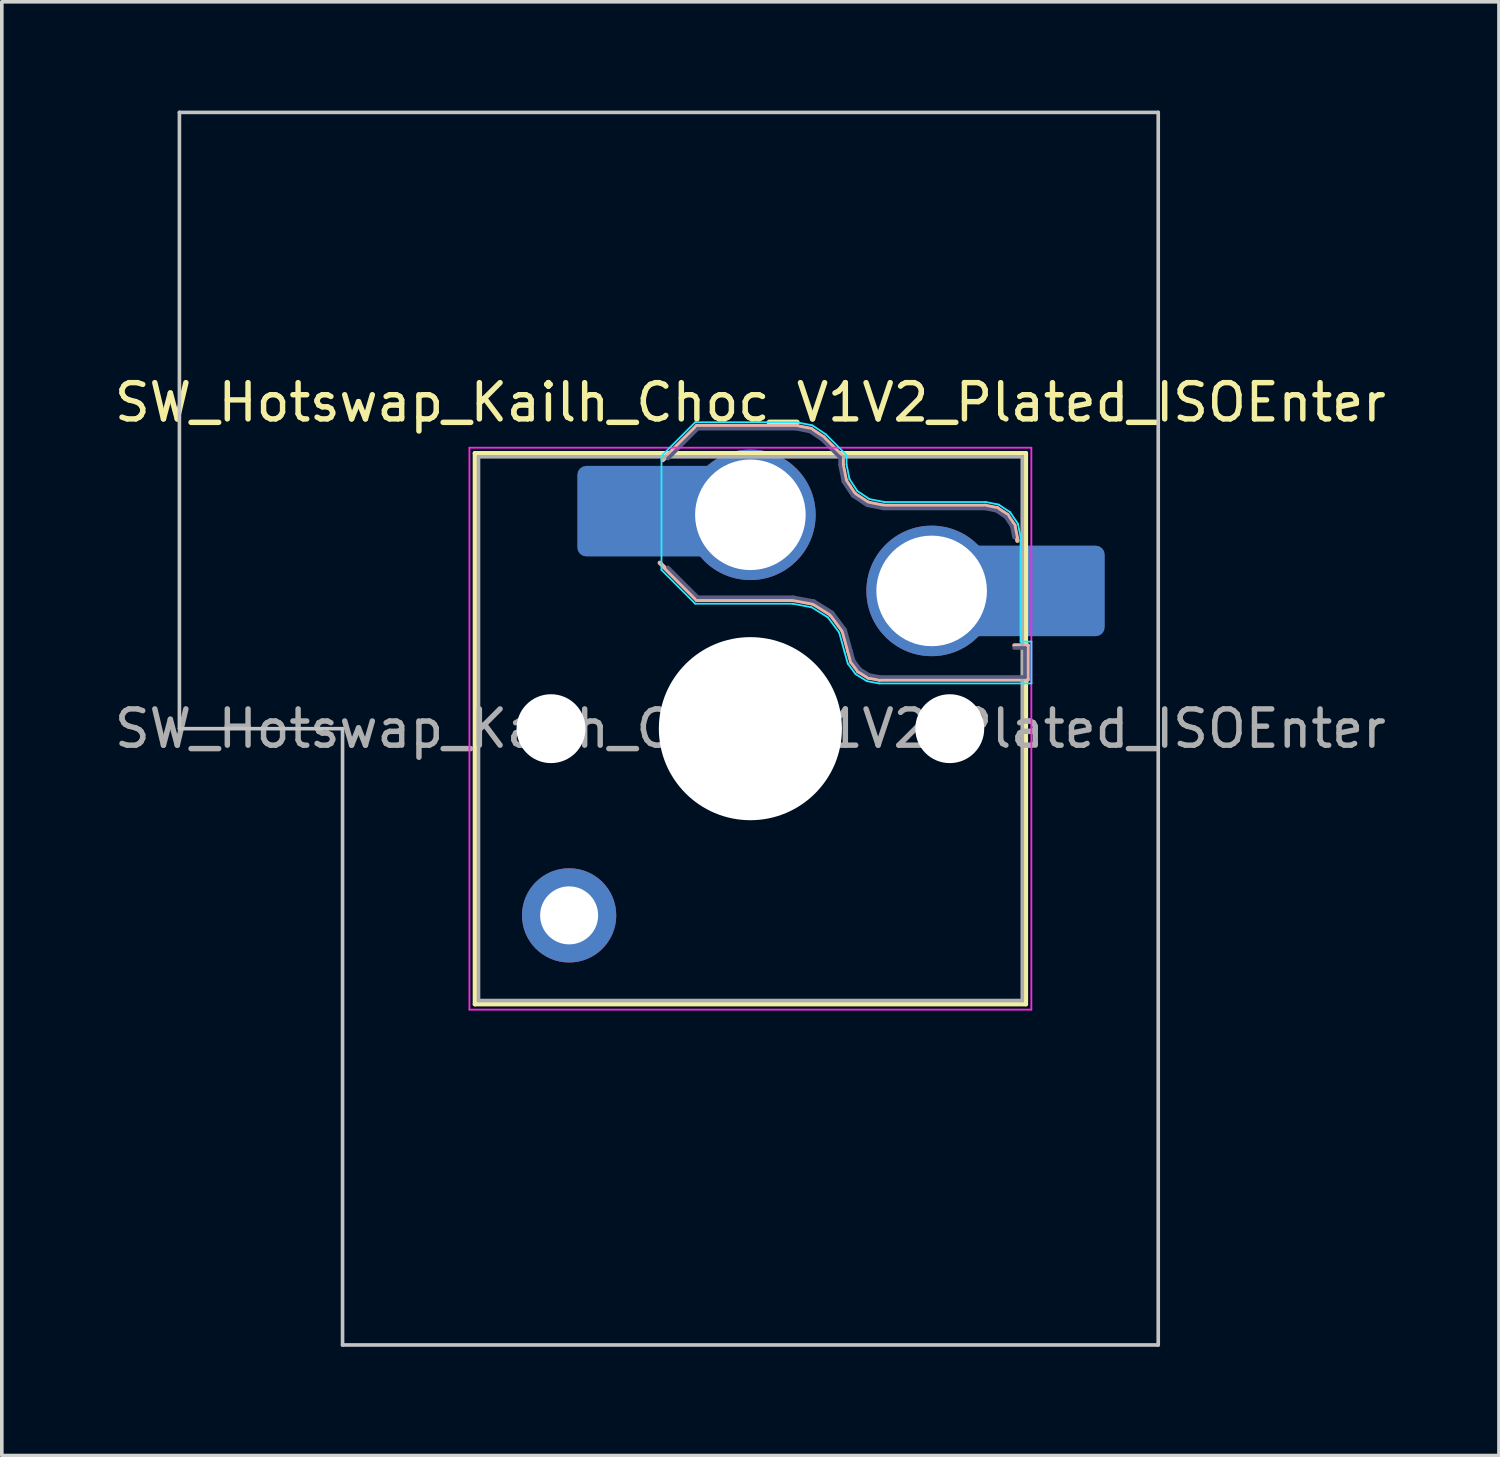
<source format=kicad_pcb>
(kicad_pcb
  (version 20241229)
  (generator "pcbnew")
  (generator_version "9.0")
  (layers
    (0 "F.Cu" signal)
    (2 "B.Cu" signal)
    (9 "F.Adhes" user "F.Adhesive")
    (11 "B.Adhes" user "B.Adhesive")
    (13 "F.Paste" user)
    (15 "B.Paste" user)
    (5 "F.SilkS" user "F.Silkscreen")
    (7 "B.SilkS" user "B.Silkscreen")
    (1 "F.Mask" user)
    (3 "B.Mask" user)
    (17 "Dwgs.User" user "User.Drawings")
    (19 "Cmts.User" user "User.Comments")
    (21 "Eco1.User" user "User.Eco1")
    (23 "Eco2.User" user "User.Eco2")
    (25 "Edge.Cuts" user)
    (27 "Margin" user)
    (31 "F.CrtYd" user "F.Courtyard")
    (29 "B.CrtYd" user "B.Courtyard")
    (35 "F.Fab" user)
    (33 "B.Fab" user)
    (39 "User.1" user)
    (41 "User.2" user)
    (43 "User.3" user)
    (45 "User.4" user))
  (footprint "SW_Hotswap_Kailh_Choc_V1V2_Plated_ISOEnter"
    (layer "F.Cu")
    (at 17.649 17.05)
    (property "Reference" "SW_Hotswap_Kailh_Choc_V1V2_Plated_ISOEnter" (at 0 -9 0) (layer "F.SilkS") (effects (font (size 1 1) (thickness 0.15))))
    (attr smd)
    (fp_line (start -7.6 -7.6) (end -7.6 7.6) (stroke (width 0.12) (type solid)) (layer "F.SilkS"))
    (fp_line (start -7.6 7.6) (end 7.6 7.6) (stroke (width 0.12) (type solid)) (layer "F.SilkS"))
    (fp_line (start 7.6 -7.6) (end -7.6 -7.6) (stroke (width 0.12) (type solid)) (layer "F.SilkS"))
    (fp_line (start 7.6 7.6) (end 7.6 -7.6) (stroke (width 0.12) (type solid)) (layer "F.SilkS"))
    (fp_line (start -2.416 -7.409) (end -1.479 -8.346) (stroke (width 0.12) (type solid)) (layer "B.SilkS"))
    (fp_line (start -1.479 -8.346) (end 1.268 -8.346) (stroke (width 0.12) (type solid)) (layer "B.SilkS"))
    (fp_line (start -1.479 -3.554) (end -2.5 -4.575) (stroke (width 0.12) (type solid)) (layer "B.SilkS"))
    (fp_line (start 1.168 -3.554) (end -1.479 -3.554) (stroke (width 0.12) (type solid)) (layer "B.SilkS"))
    (fp_line (start 1.268 -8.346) (end 1.671 -8.266) (stroke (width 0.12) (type solid)) (layer "B.SilkS"))
    (fp_line (start 1.671 -8.266) (end 2.013 -8.037) (stroke (width 0.12) (type solid)) (layer "B.SilkS"))
    (fp_line (start 1.73 -3.449) (end 1.168 -3.554) (stroke (width 0.12) (type solid)) (layer "B.SilkS"))
    (fp_line (start 2.013 -8.037) (end 2.546 -7.504) (stroke (width 0.12) (type solid)) (layer "B.SilkS"))
    (fp_line (start 2.209 -3.15) (end 1.73 -3.449) (stroke (width 0.12) (type solid)) (layer "B.SilkS"))
    (fp_line (start 2.546 -7.504) (end 2.546 -7.282) (stroke (width 0.12) (type solid)) (layer "B.SilkS"))
    (fp_line (start 2.546 -7.282) (end 2.633 -6.844) (stroke (width 0.12) (type solid)) (layer "B.SilkS"))
    (fp_line (start 2.547 -2.697) (end 2.209 -3.15) (stroke (width 0.12) (type solid)) (layer "B.SilkS"))
    (fp_line (start 2.633 -6.844) (end 2.877 -6.477) (stroke (width 0.12) (type solid)) (layer "B.SilkS"))
    (fp_line (start 2.701 -2.139) (end 2.547 -2.697) (stroke (width 0.12) (type solid)) (layer "B.SilkS"))
    (fp_line (start 2.783 -1.841) (end 2.701 -2.139) (stroke (width 0.12) (type solid)) (layer "B.SilkS"))
    (fp_line (start 2.877 -6.477) (end 3.244 -6.233) (stroke (width 0.12) (type solid)) (layer "B.SilkS"))
    (fp_line (start 2.976 -1.583) (end 2.783 -1.841) (stroke (width 0.12) (type solid)) (layer "B.SilkS"))
    (fp_line (start 3.244 -6.233) (end 3.682 -6.146) (stroke (width 0.12) (type solid)) (layer "B.SilkS"))
    (fp_line (start 3.25 -1.413) (end 2.976 -1.583) (stroke (width 0.12) (type solid)) (layer "B.SilkS"))
    (fp_line (start 3.56 -1.354) (end 3.25 -1.413) (stroke (width 0.12) (type solid)) (layer "B.SilkS"))
    (fp_line (start 3.682 -6.146) (end 6.482 -6.146) (stroke (width 0.12) (type solid)) (layer "B.SilkS"))
    (fp_line (start 6.482 -6.146) (end 6.809 -6.081) (stroke (width 0.12) (type solid)) (layer "B.SilkS"))
    (fp_line (start 6.809 -6.081) (end 7.092 -5.892) (stroke (width 0.12) (type solid)) (layer "B.SilkS"))
    (fp_line (start 7.092 -5.892) (end 7.281 -5.609) (stroke (width 0.12) (type solid)) (layer "B.SilkS"))
    (fp_line (start 7.281 -5.609) (end 7.366 -5.182) (stroke (width 0.12) (type solid)) (layer "B.SilkS"))
    (fp_line (start 7.283 -2.296) (end 7.646 -2.296) (stroke (width 0.12) (type solid)) (layer "B.SilkS"))
    (fp_line (start 7.646 -2.296) (end 7.646 -1.354) (stroke (width 0.12) (type solid)) (layer "B.SilkS"))
    (fp_line (start 7.646 -1.354) (end 3.56 -1.354) (stroke (width 0.12) (type solid)) (layer "B.SilkS"))
    (fp_line (start -15.75 -17) (end -15.75 0) (stroke (width 0.1) (type solid)) (layer "Dwgs.User"))
    (fp_line (start -15.75 0) (end -11.25 0) (stroke (width 0.1) (type solid)) (layer "Dwgs.User"))
    (fp_line (start -11.25 0) (end -11.25 17) (stroke (width 0.1) (type solid)) (layer "Dwgs.User"))
    (fp_line (start -11.25 17) (end 11.25 17) (stroke (width 0.1) (type solid)) (layer "Dwgs.User"))
    (fp_line (start 11.25 -17) (end -15.75 -17) (stroke (width 0.1) (type solid)) (layer "Dwgs.User"))
    (fp_line (start 11.25 17) (end 11.25 -17) (stroke (width 0.1) (type solid)) (layer "Dwgs.User"))
    (fp_line (start -7.25 -7.25) (end -7.25 7.25) (stroke (width 0.1) (type solid)) (layer "Eco1.User"))
    (fp_line (start -7.25 7.25) (end 7.25 7.25) (stroke (width 0.1) (type solid)) (layer "Eco1.User"))
    (fp_line (start 7.25 -7.25) (end -7.25 -7.25) (stroke (width 0.1) (type solid)) (layer "Eco1.User"))
    (fp_line (start 7.25 7.25) (end 7.25 -7.25) (stroke (width 0.1) (type solid)) (layer "Eco1.User"))
    (fp_line (start -2.452 -7.523) (end -1.523 -8.452) (stroke (width 0.05) (type solid)) (layer "B.CrtYd"))
    (fp_line (start -2.452 -4.377) (end -2.452 -7.523) (stroke (width 0.05) (type solid)) (layer "B.CrtYd"))
    (fp_line (start -1.523 -8.452) (end 1.278 -8.452) (stroke (width 0.05) (type solid)) (layer "B.CrtYd"))
    (fp_line (start -1.523 -3.448) (end -2.452 -4.377) (stroke (width 0.05) (type solid)) (layer "B.CrtYd"))
    (fp_line (start 1.159 -3.448) (end -1.523 -3.448) (stroke (width 0.05) (type solid)) (layer "B.CrtYd"))
    (fp_line (start 1.278 -8.452) (end 1.712 -8.366) (stroke (width 0.05) (type solid)) (layer "B.CrtYd"))
    (fp_line (start 1.691 -3.348) (end 1.159 -3.448) (stroke (width 0.05) (type solid)) (layer "B.CrtYd"))
    (fp_line (start 1.712 -8.366) (end 2.081 -8.119) (stroke (width 0.05) (type solid)) (layer "B.CrtYd"))
    (fp_line (start 2.081 -8.119) (end 2.652 -7.548) (stroke (width 0.05) (type solid)) (layer "B.CrtYd"))
    (fp_line (start 2.136 -3.071) (end 1.691 -3.348) (stroke (width 0.05) (type solid)) (layer "B.CrtYd"))
    (fp_line (start 2.45 -2.65) (end 2.136 -3.071) (stroke (width 0.05) (type solid)) (layer "B.CrtYd"))
    (fp_line (start 2.599 -2.111) (end 2.45 -2.65) (stroke (width 0.05) (type solid)) (layer "B.CrtYd"))
    (fp_line (start 2.652 -7.548) (end 2.652 -7.292) (stroke (width 0.05) (type solid)) (layer "B.CrtYd"))
    (fp_line (start 2.652 -7.292) (end 2.733 -6.885) (stroke (width 0.05) (type solid)) (layer "B.CrtYd"))
    (fp_line (start 2.687 -1.794) (end 2.599 -2.111) (stroke (width 0.05) (type solid)) (layer "B.CrtYd"))
    (fp_line (start 2.733 -6.885) (end 2.953 -6.553) (stroke (width 0.05) (type solid)) (layer "B.CrtYd"))
    (fp_line (start 2.903 -1.503) (end 2.687 -1.794) (stroke (width 0.05) (type solid)) (layer "B.CrtYd"))
    (fp_line (start 2.953 -6.553) (end 3.285 -6.333) (stroke (width 0.05) (type solid)) (layer "B.CrtYd"))
    (fp_line (start 3.211 -1.312) (end 2.903 -1.503) (stroke (width 0.05) (type solid)) (layer "B.CrtYd"))
    (fp_line (start 3.285 -6.333) (end 3.692 -6.252) (stroke (width 0.05) (type solid)) (layer "B.CrtYd"))
    (fp_line (start 3.55 -1.248) (end 3.211 -1.312) (stroke (width 0.05) (type solid)) (layer "B.CrtYd"))
    (fp_line (start 3.692 -6.252) (end 6.492 -6.252) (stroke (width 0.05) (type solid)) (layer "B.CrtYd"))
    (fp_line (start 6.492 -6.252) (end 6.85 -6.181) (stroke (width 0.05) (type solid)) (layer "B.CrtYd"))
    (fp_line (start 6.85 -6.181) (end 7.168 -5.968) (stroke (width 0.05) (type solid)) (layer "B.CrtYd"))
    (fp_line (start 7.168 -5.968) (end 7.381 -5.65) (stroke (width 0.05) (type solid)) (layer "B.CrtYd"))
    (fp_line (start 7.381 -5.65) (end 7.452 -5.292) (stroke (width 0.05) (type solid)) (layer "B.CrtYd"))
    (fp_line (start 7.452 -5.292) (end 7.452 -2.402) (stroke (width 0.05) (type solid)) (layer "B.CrtYd"))
    (fp_line (start 7.452 -2.402) (end 7.752 -2.402) (stroke (width 0.05) (type solid)) (layer "B.CrtYd"))
    (fp_line (start 7.752 -2.402) (end 7.752 -1.248) (stroke (width 0.05) (type solid)) (layer "B.CrtYd"))
    (fp_line (start 7.752 -1.248) (end 3.55 -1.248) (stroke (width 0.05) (type solid)) (layer "B.CrtYd"))
    (fp_line (start -7.75 -7.75) (end -7.75 7.75) (stroke (width 0.05) (type solid)) (layer "F.CrtYd"))
    (fp_line (start -7.75 7.75) (end 7.75 7.75) (stroke (width 0.05) (type solid)) (layer "F.CrtYd"))
    (fp_line (start 7.75 -7.75) (end -7.75 -7.75) (stroke (width 0.05) (type solid)) (layer "F.CrtYd"))
    (fp_line (start 7.75 7.75) (end 7.75 -7.75) (stroke (width 0.05) (type solid)) (layer "F.CrtYd"))
    (fp_line (start -2.275 -7.45) (end -1.45 -8.275) (stroke (width 0.1) (type solid)) (layer "B.Fab"))
    (fp_line (start -1.45 -8.275) (end 1.261 -8.275) (stroke (width 0.1) (type solid)) (layer "B.Fab"))
    (fp_line (start -1.45 -3.625) (end -2.275 -4.45) (stroke (width 0.1) (type solid)) (layer "B.Fab"))
    (fp_line (start 1.175 -3.625) (end -1.45 -3.625) (stroke (width 0.1) (type solid)) (layer "B.Fab"))
    (fp_line (start 1.261 -8.275) (end 1.643 -8.199) (stroke (width 0.1) (type solid)) (layer "B.Fab"))
    (fp_line (start 1.643 -8.199) (end 1.968 -7.982) (stroke (width 0.1) (type solid)) (layer "B.Fab"))
    (fp_line (start 1.756 -3.516) (end 1.175 -3.625) (stroke (width 0.1) (type solid)) (layer "B.Fab"))
    (fp_line (start 1.968 -7.982) (end 2.475 -7.475) (stroke (width 0.1) (type solid)) (layer "B.Fab"))
    (fp_line (start 2.258 -3.203) (end 1.756 -3.516) (stroke (width 0.1) (type solid)) (layer "B.Fab"))
    (fp_line (start 2.475 -7.475) (end 2.475 -7.275) (stroke (width 0.1) (type solid)) (layer "B.Fab"))
    (fp_line (start 2.475 -7.275) (end 2.566 -6.816) (stroke (width 0.1) (type solid)) (layer "B.Fab"))
    (fp_line (start 2.566 -6.816) (end 2.826 -6.426) (stroke (width 0.1) (type solid)) (layer "B.Fab"))
    (fp_line (start 2.612 -2.729) (end 2.258 -3.203) (stroke (width 0.1) (type solid)) (layer "B.Fab"))
    (fp_line (start 2.769 -2.158) (end 2.612 -2.729) (stroke (width 0.1) (type solid)) (layer "B.Fab"))
    (fp_line (start 2.826 -6.426) (end 3.216 -6.166) (stroke (width 0.1) (type solid)) (layer "B.Fab"))
    (fp_line (start 2.848 -1.873) (end 2.769 -2.158) (stroke (width 0.1) (type solid)) (layer "B.Fab"))
    (fp_line (start 3.025 -1.636) (end 2.848 -1.873) (stroke (width 0.1) (type solid)) (layer "B.Fab"))
    (fp_line (start 3.216 -6.166) (end 3.675 -6.075) (stroke (width 0.1) (type solid)) (layer "B.Fab"))
    (fp_line (start 3.276 -1.48) (end 3.025 -1.636) (stroke (width 0.1) (type solid)) (layer "B.Fab"))
    (fp_line (start 3.567 -1.425) (end 3.276 -1.48) (stroke (width 0.1) (type solid)) (layer "B.Fab"))
    (fp_line (start 3.675 -6.075) (end 6.475 -6.075) (stroke (width 0.1) (type solid)) (layer "B.Fab"))
    (fp_line (start 6.475 -6.075) (end 6.781 -6.014) (stroke (width 0.1) (type solid)) (layer "B.Fab"))
    (fp_line (start 6.781 -6.014) (end 7.041 -5.841) (stroke (width 0.1) (type solid)) (layer "B.Fab"))
    (fp_line (start 7.041 -5.841) (end 7.214 -5.581) (stroke (width 0.1) (type solid)) (layer "B.Fab"))
    (fp_line (start 7.214 -5.581) (end 7.275 -5.275) (stroke (width 0.1) (type solid)) (layer "B.Fab"))
    (fp_line (start 7.275 -2.225) (end 7.575 -2.225) (stroke (width 0.1) (type solid)) (layer "B.Fab"))
    (fp_line (start 7.575 -2.225) (end 7.575 -1.425) (stroke (width 0.1) (type solid)) (layer "B.Fab"))
    (fp_line (start 7.575 -1.425) (end 3.567 -1.425) (stroke (width 0.1) (type solid)) (layer "B.Fab"))
    (fp_line (start -7.5 -7.5) (end -7.5 7.5) (stroke (width 0.1) (type solid)) (layer "F.Fab"))
    (fp_line (start -7.5 7.5) (end 7.5 7.5) (stroke (width 0.1) (type solid)) (layer "F.Fab"))
    (fp_line (start 7.5 -7.5) (end -7.5 -7.5) (stroke (width 0.1) (type solid)) (layer "F.Fab"))
    (fp_line (start 7.5 7.5) (end 7.5 -7.5) (stroke (width 0.1) (type solid)) (layer "F.Fab"))
    (fp_text user "${REFERENCE}" (at 0 0 0) (layer "F.Fab") (effects (font (size 1 1) (thickness 0.15))))
    (pad "" np_thru_hole circle (at -5.5 0) (size 1.9 1.9) (drill 1.9) (layers "*.Cu" "*.Mask"))
    (pad "" thru_hole circle (at -5 5.15) (size 2.6 2.6) (drill 1.6) (layers "*.Cu" "*.Mask"))
    (pad "" smd roundrect (at -3.5 -6) (size 2.55 2.5) (layers "B.Mask" "B.Paste") (roundrect_rratio 0.1))
    (pad "" np_thru_hole circle (at 0 0) (size 5.05 5.05) (drill 5.05) (layers "*.Cu" "*.Mask"))
    (pad "" np_thru_hole circle (at 5.5 0) (size 1.9 1.9) (drill 1.9) (layers "*.Cu" "*.Mask"))
    (pad "" smd roundrect (at 8.5 -3.8) (size 2.55 2.5) (layers "B.Mask" "B.Paste") (roundrect_rratio 0.1))
    (pad "1" smd roundrect (at -2.85 -6) (size 3.85 2.5) (layers "B.Cu") (roundrect_rratio 0.1))
    (pad "1" thru_hole circle (at 0 -5.9) (size 3.6 3.6) (drill 3.05) (layers "*.Cu" "*.Mask"))
    (pad "2" thru_hole circle (at 5 -3.8) (size 3.6 3.6) (drill 3.05) (layers "*.Cu" "*.Mask"))
    (pad "2" smd roundrect (at 7.85 -3.8) (size 3.85 2.5) (layers "B.Cu") (roundrect_rratio 0.1)))
  (gr_rect
    (start -3 -3)
    (end 38.298 37.1)
    (stroke (width 0.1) (type default))
    (fill no)
    (layer "Edge.Cuts")))
</source>
